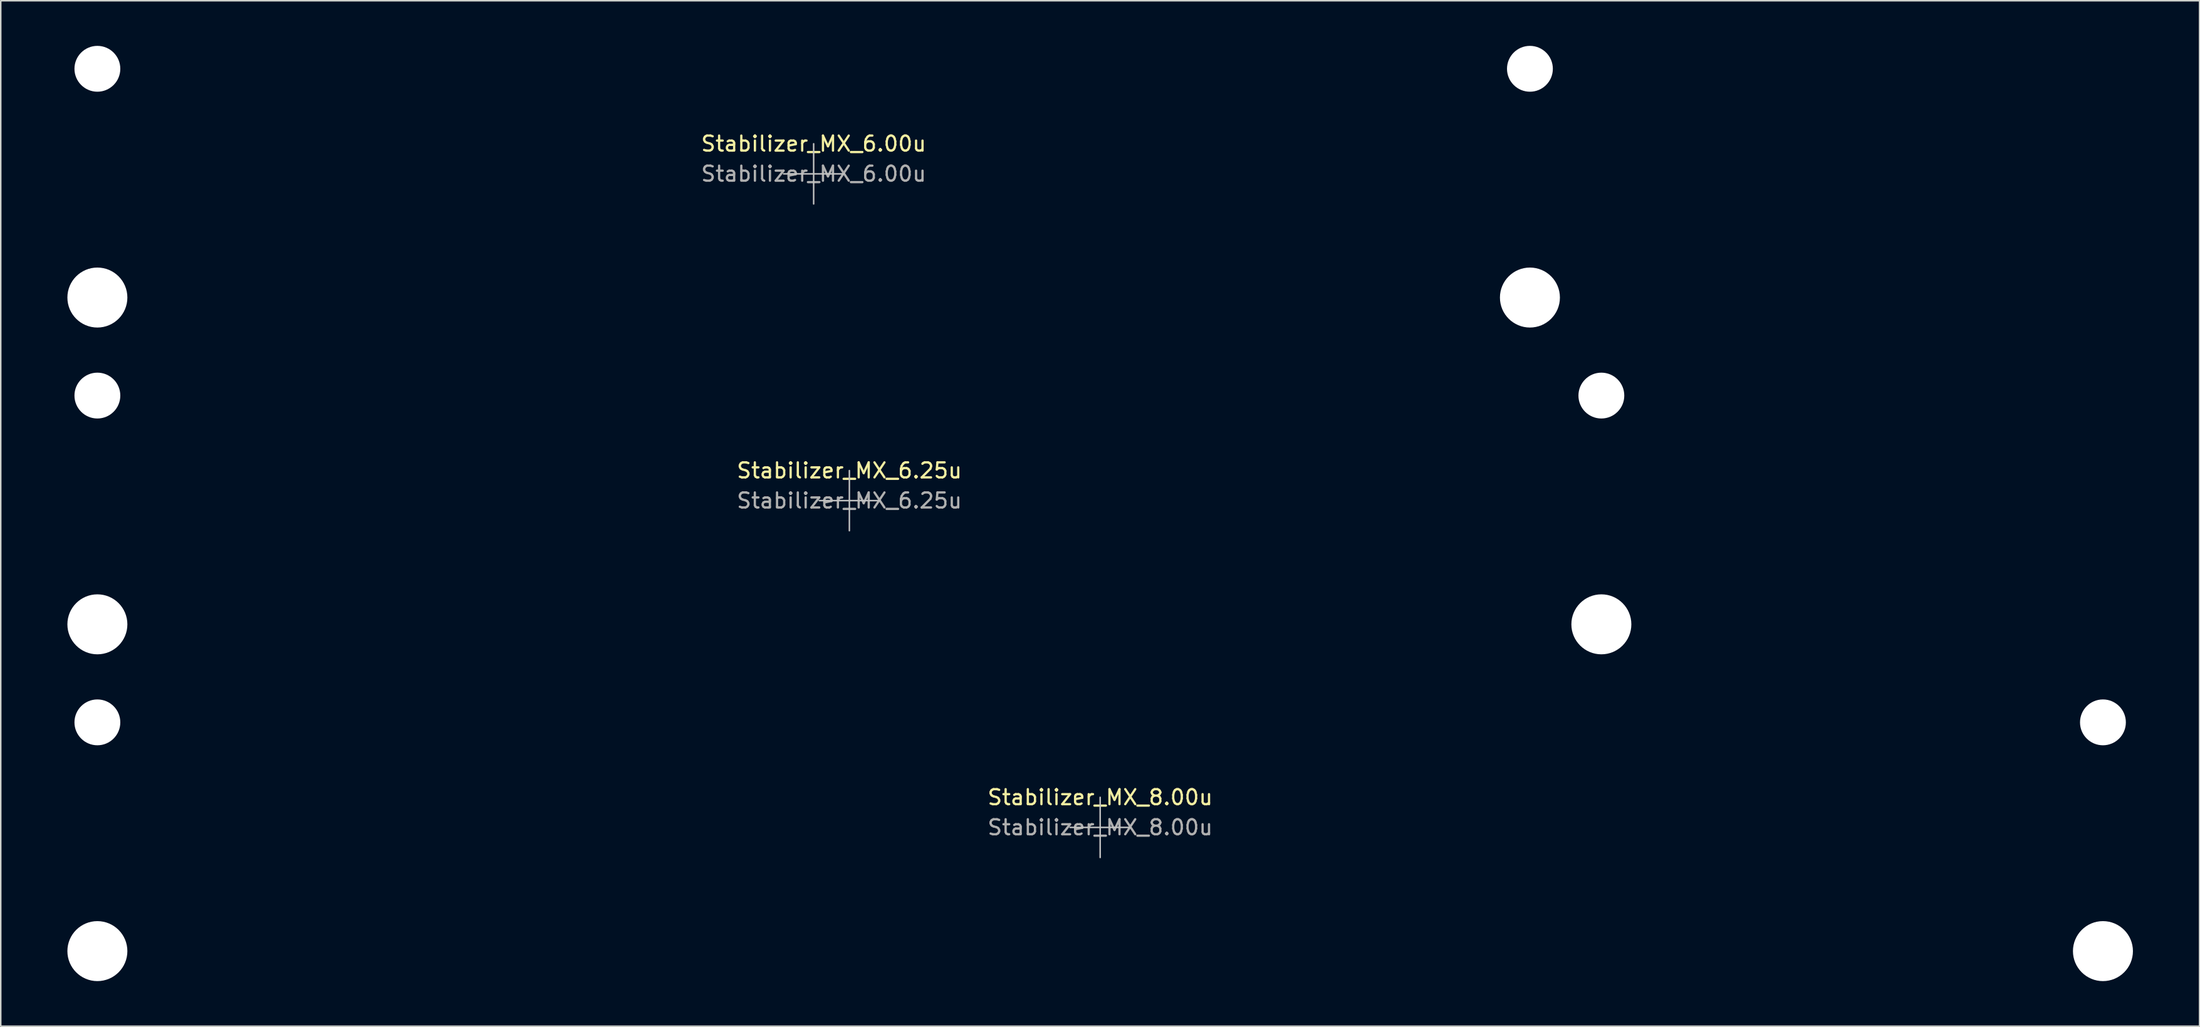
<source format=kicad_pcb>
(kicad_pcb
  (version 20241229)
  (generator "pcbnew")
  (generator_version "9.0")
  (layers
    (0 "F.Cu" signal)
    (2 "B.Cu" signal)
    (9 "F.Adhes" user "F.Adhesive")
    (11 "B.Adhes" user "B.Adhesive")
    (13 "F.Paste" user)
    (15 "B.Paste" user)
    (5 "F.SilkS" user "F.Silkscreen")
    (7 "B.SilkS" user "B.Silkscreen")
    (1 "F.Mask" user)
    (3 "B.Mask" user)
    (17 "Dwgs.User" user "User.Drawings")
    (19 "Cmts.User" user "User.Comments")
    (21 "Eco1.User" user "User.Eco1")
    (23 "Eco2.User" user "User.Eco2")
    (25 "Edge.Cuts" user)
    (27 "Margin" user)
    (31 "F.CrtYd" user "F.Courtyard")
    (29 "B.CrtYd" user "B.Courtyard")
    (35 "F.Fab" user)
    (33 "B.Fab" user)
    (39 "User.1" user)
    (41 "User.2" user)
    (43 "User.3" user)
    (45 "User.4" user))
  (footprint "Stabilizer_MX_8.00u"
    (layer "F.Cu")
    (at 70.1 51.965)
    (property "Reference" "Stabilizer_MX_8.00u" (at 0 -2 0) (layer "F.SilkS") (effects (font (size 1 1) (thickness 0.15))))
    (attr exclude_from_pos_files exclude_from_bom)
    (fp_line (start -2 0) (end 2 0) (stroke (width 0.1) (type solid)) (layer "Dwgs.User"))
    (fp_line (start 0 2) (end 0 -2) (stroke (width 0.1) (type solid)) (layer "Dwgs.User"))
    (fp_line (start -70.05 -5.53) (end -70.05 6.77) (stroke (width 0.1) (type solid)) (layer "Eco1.User"))
    (fp_line (start -70.05 6.77) (end -63.3 6.77) (stroke (width 0.1) (type solid)) (layer "Eco1.User"))
    (fp_line (start -63.3 -5.53) (end -70.05 -5.53) (stroke (width 0.1) (type solid)) (layer "Eco1.User"))
    (fp_line (start -63.3 6.77) (end -63.3 -5.53) (stroke (width 0.1) (type solid)) (layer "Eco1.User"))
    (fp_line (start 63.3 -5.53) (end 63.3 6.77) (stroke (width 0.1) (type solid)) (layer "Eco1.User"))
    (fp_line (start 63.3 6.77) (end 70.05 6.77) (stroke (width 0.1) (type solid)) (layer "Eco1.User"))
    (fp_line (start 70.05 -5.53) (end 63.3 -5.53) (stroke (width 0.1) (type solid)) (layer "Eco1.User"))
    (fp_line (start 70.05 6.77) (end 70.05 -5.53) (stroke (width 0.1) (type solid)) (layer "Eco1.User"))
    (fp_text user "${REFERENCE}" (at 0 0 0) (layer "F.Fab") (effects (font (size 1 1) (thickness 0.15))))
    (pad "" np_thru_hole circle (at -66.675 -6.985) (size 3.048 3.048) (drill 3.048) (layers "*.Cu" "*.Mask"))
    (pad "" np_thru_hole circle (at -66.675 8.225) (size 3.988 3.988) (drill 3.988) (layers "*.Cu" "*.Mask"))
    (pad "" np_thru_hole circle (at 66.675 -6.985) (size 3.048 3.048) (drill 3.048) (layers "*.Cu" "*.Mask"))
    (pad "" np_thru_hole circle (at 66.675 8.225) (size 3.988 3.988) (drill 3.988) (layers "*.Cu" "*.Mask")))
  (footprint "Stabilizer_MX_6.25u"
    (layer "F.Cu")
    (at 53.425 30.237)
    (property "Reference" "Stabilizer_MX_6.25u" (at 0 -2 0) (layer "F.SilkS") (effects (font (size 1 1) (thickness 0.15))))
    (attr exclude_from_pos_files exclude_from_bom)
    (fp_line (start -2 0) (end 2 0) (stroke (width 0.1) (type solid)) (layer "Dwgs.User"))
    (fp_line (start 0 2) (end 0 -2) (stroke (width 0.1) (type solid)) (layer "Dwgs.User"))
    (fp_line (start -53.375 -5.53) (end -53.375 6.77) (stroke (width 0.1) (type solid)) (layer "Eco1.User"))
    (fp_line (start -53.375 6.77) (end -46.625 6.77) (stroke (width 0.1) (type solid)) (layer "Eco1.User"))
    (fp_line (start -46.625 -5.53) (end -53.375 -5.53) (stroke (width 0.1) (type solid)) (layer "Eco1.User"))
    (fp_line (start -46.625 6.77) (end -46.625 -5.53) (stroke (width 0.1) (type solid)) (layer "Eco1.User"))
    (fp_line (start 46.625 -5.53) (end 46.625 6.77) (stroke (width 0.1) (type solid)) (layer "Eco1.User"))
    (fp_line (start 46.625 6.77) (end 53.375 6.77) (stroke (width 0.1) (type solid)) (layer "Eco1.User"))
    (fp_line (start 53.375 -5.53) (end 46.625 -5.53) (stroke (width 0.1) (type solid)) (layer "Eco1.User"))
    (fp_line (start 53.375 6.77) (end 53.375 -5.53) (stroke (width 0.1) (type solid)) (layer "Eco1.User"))
    (fp_text user "${REFERENCE}" (at 0 0 0) (layer "F.Fab") (effects (font (size 1 1) (thickness 0.15))))
    (pad "" np_thru_hole circle (at -50 -6.985) (size 3.048 3.048) (drill 3.048) (layers "*.Cu" "*.Mask"))
    (pad "" np_thru_hole circle (at -50 8.225) (size 3.988 3.988) (drill 3.988) (layers "*.Cu" "*.Mask"))
    (pad "" np_thru_hole circle (at 50 -6.985) (size 3.048 3.048) (drill 3.048) (layers "*.Cu" "*.Mask"))
    (pad "" np_thru_hole circle (at 50 8.225) (size 3.988 3.988) (drill 3.988) (layers "*.Cu" "*.Mask")))
  (footprint "Stabilizer_MX_6.00u"
    (layer "F.Cu")
    (at 51.05 8.509)
    (property "Reference" "Stabilizer_MX_6.00u" (at 0 -2 0) (layer "F.SilkS") (effects (font (size 1 1) (thickness 0.15))))
    (attr exclude_from_pos_files exclude_from_bom)
    (fp_line (start -2 0) (end 2 0) (stroke (width 0.1) (type solid)) (layer "Dwgs.User"))
    (fp_line (start 0 2) (end 0 -2) (stroke (width 0.1) (type solid)) (layer "Dwgs.User"))
    (fp_line (start -51 -5.53) (end -51 6.77) (stroke (width 0.1) (type solid)) (layer "Eco1.User"))
    (fp_line (start -51 6.77) (end -44.25 6.77) (stroke (width 0.1) (type solid)) (layer "Eco1.User"))
    (fp_line (start -44.25 -5.53) (end -51 -5.53) (stroke (width 0.1) (type solid)) (layer "Eco1.User"))
    (fp_line (start -44.25 6.77) (end -44.25 -5.53) (stroke (width 0.1) (type solid)) (layer "Eco1.User"))
    (fp_line (start 44.25 -5.53) (end 44.25 6.77) (stroke (width 0.1) (type solid)) (layer "Eco1.User"))
    (fp_line (start 44.25 6.77) (end 51 6.77) (stroke (width 0.1) (type solid)) (layer "Eco1.User"))
    (fp_line (start 51 -5.53) (end 44.25 -5.53) (stroke (width 0.1) (type solid)) (layer "Eco1.User"))
    (fp_line (start 51 6.77) (end 51 -5.53) (stroke (width 0.1) (type solid)) (layer "Eco1.User"))
    (fp_text user "${REFERENCE}" (at 0 0 0) (layer "F.Fab") (effects (font (size 1 1) (thickness 0.15))))
    (pad "" np_thru_hole circle (at -47.625 -6.985) (size 3.048 3.048) (drill 3.048) (layers "*.Cu" "*.Mask"))
    (pad "" np_thru_hole circle (at -47.625 8.225) (size 3.988 3.988) (drill 3.988) (layers "*.Cu" "*.Mask"))
    (pad "" np_thru_hole circle (at 47.625 -6.985) (size 3.048 3.048) (drill 3.048) (layers "*.Cu" "*.Mask"))
    (pad "" np_thru_hole circle (at 47.625 8.225) (size 3.988 3.988) (drill 3.988) (layers "*.Cu" "*.Mask")))
  (gr_rect
    (start -3 -3)
    (end 143.2 65.184)
    (stroke (width 0.1) (type default))
    (fill no)
    (layer "Edge.Cuts")))
</source>
